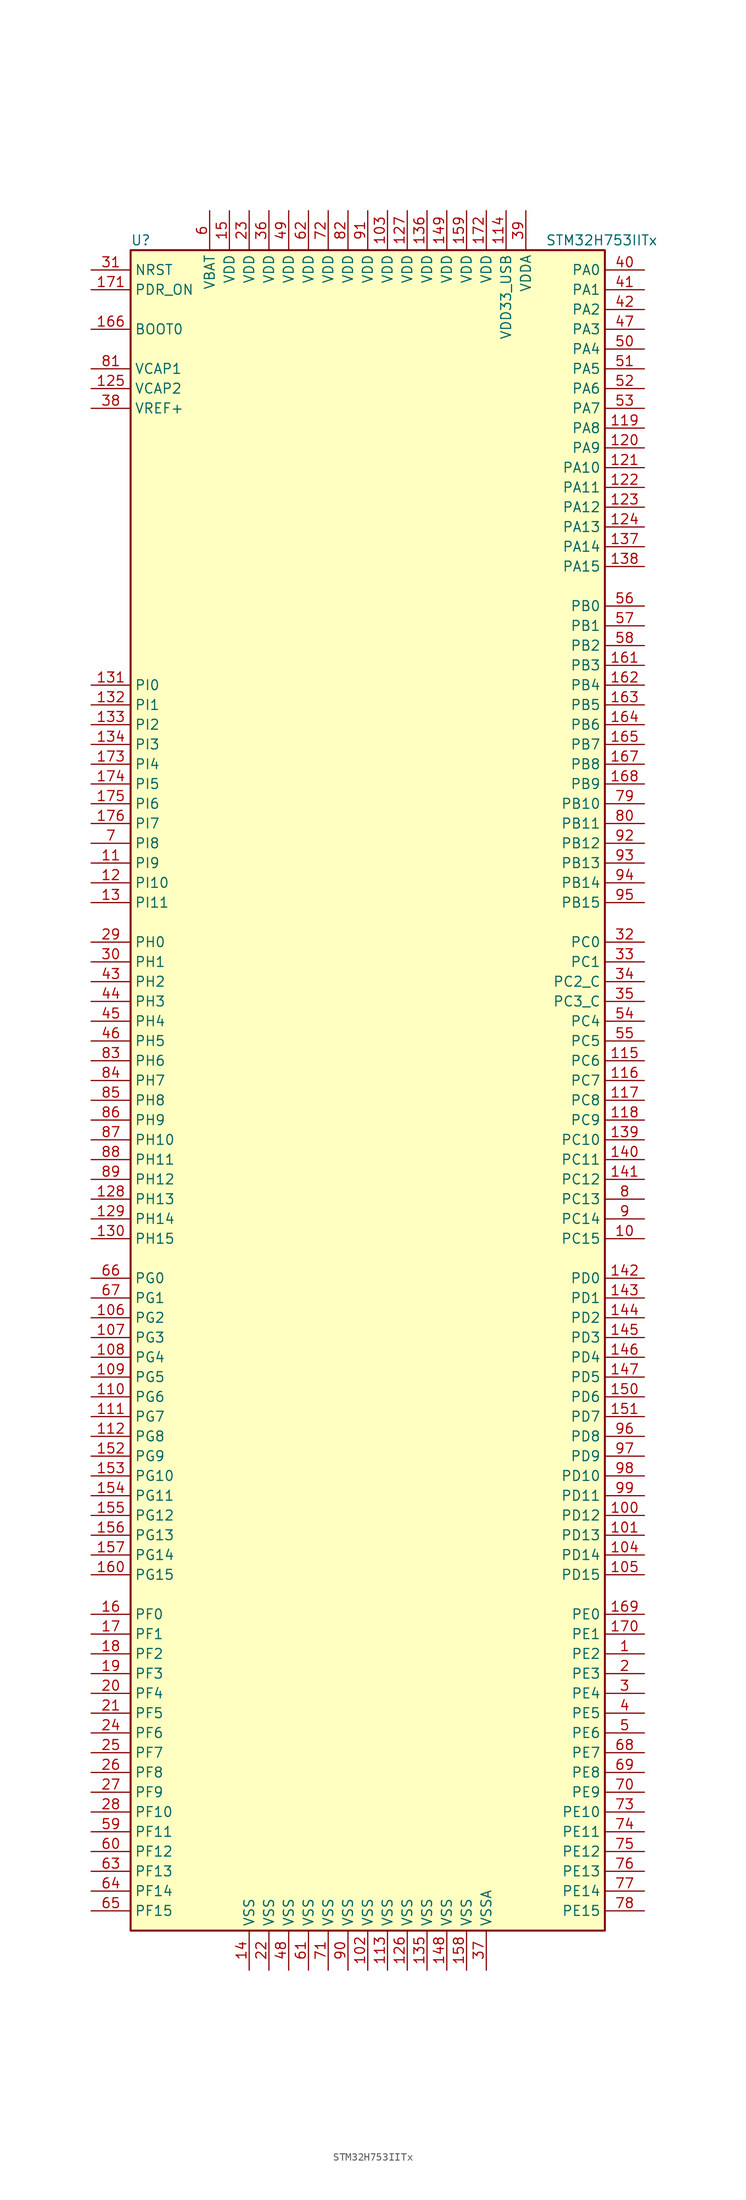
<source format=kicad_sym>
(kicad_symbol_lib
  (version 20201005)
  (generator kicad_symbol_editor)
  (symbol "STM32H753IITx"
    (property "Reference" "U"
      (at -30.48 107.95 0)
      (effects (font (size 1.27 1.27)) (justify left)))
    (property "Value" "STM32H753IITx"
      (at 22.86 107.95 0)
      (effects (font (size 1.27 1.27)) (justify left)))
    (symbol "STM32H753IITx_0_1"
      (rectangle (start -30.48 -109.22) (end 30.48 106.68) (stroke (width 0.254)) (fill (type background))))
    (symbol "STM32H753IITx_1_1"
      (pin bidirectional line (at 35.56 -73.66 180) (length 5.08) (name "PE2" (effects (font (size 1.27 1.27)))) (number "1" (effects (font (size 1.27 1.27)))))
      (pin bidirectional line (at 35.56 -20.32 180) (length 5.08) (name "PC15" (effects (font (size 1.27 1.27)))) (number "10" (effects (font (size 1.27 1.27)))))
      (pin bidirectional line (at 35.56 -55.88 180) (length 5.08) (name "PD12" (effects (font (size 1.27 1.27)))) (number "100" (effects (font (size 1.27 1.27)))))
      (pin bidirectional line (at 35.56 -58.42 180) (length 5.08) (name "PD13" (effects (font (size 1.27 1.27)))) (number "101" (effects (font (size 1.27 1.27)))))
      (pin power_in line (at 0 -114.3 90) (length 5.08) (name "VSS" (effects (font (size 1.27 1.27)))) (number "102" (effects (font (size 1.27 1.27)))))
      (pin power_in line (at 2.54 111.76 270) (length 5.08) (name "VDD" (effects (font (size 1.27 1.27)))) (number "103" (effects (font (size 1.27 1.27)))))
      (pin bidirectional line (at 35.56 -60.96 180) (length 5.08) (name "PD14" (effects (font (size 1.27 1.27)))) (number "104" (effects (font (size 1.27 1.27)))))
      (pin bidirectional line (at 35.56 -63.5 180) (length 5.08) (name "PD15" (effects (font (size 1.27 1.27)))) (number "105" (effects (font (size 1.27 1.27)))))
      (pin bidirectional line (at -35.56 -30.48 0) (length 5.08) (name "PG2" (effects (font (size 1.27 1.27)))) (number "106" (effects (font (size 1.27 1.27)))))
      (pin bidirectional line (at -35.56 -33.02 0) (length 5.08) (name "PG3" (effects (font (size 1.27 1.27)))) (number "107" (effects (font (size 1.27 1.27)))))
      (pin bidirectional line (at -35.56 -35.56 0) (length 5.08) (name "PG4" (effects (font (size 1.27 1.27)))) (number "108" (effects (font (size 1.27 1.27)))))
      (pin bidirectional line (at -35.56 -38.1 0) (length 5.08) (name "PG5" (effects (font (size 1.27 1.27)))) (number "109" (effects (font (size 1.27 1.27)))))
      (pin bidirectional line (at -35.56 27.94 0) (length 5.08) (name "PI9" (effects (font (size 1.27 1.27)))) (number "11" (effects (font (size 1.27 1.27)))))
      (pin bidirectional line (at -35.56 -40.64 0) (length 5.08) (name "PG6" (effects (font (size 1.27 1.27)))) (number "110" (effects (font (size 1.27 1.27)))))
      (pin bidirectional line (at -35.56 -43.18 0) (length 5.08) (name "PG7" (effects (font (size 1.27 1.27)))) (number "111" (effects (font (size 1.27 1.27)))))
      (pin bidirectional line (at -35.56 -45.72 0) (length 5.08) (name "PG8" (effects (font (size 1.27 1.27)))) (number "112" (effects (font (size 1.27 1.27)))))
      (pin power_in line (at 2.54 -114.3 90) (length 5.08) (name "VSS" (effects (font (size 1.27 1.27)))) (number "113" (effects (font (size 1.27 1.27)))))
      (pin power_in line (at 17.78 111.76 270) (length 5.08) (name "VDD33_USB" (effects (font (size 1.27 1.27)))) (number "114" (effects (font (size 1.27 1.27)))))
      (pin bidirectional line (at 35.56 2.54 180) (length 5.08) (name "PC6" (effects (font (size 1.27 1.27)))) (number "115" (effects (font (size 1.27 1.27)))))
      (pin bidirectional line (at 35.56 0 180) (length 5.08) (name "PC7" (effects (font (size 1.27 1.27)))) (number "116" (effects (font (size 1.27 1.27)))))
      (pin bidirectional line (at 35.56 -2.54 180) (length 5.08) (name "PC8" (effects (font (size 1.27 1.27)))) (number "117" (effects (font (size 1.27 1.27)))))
      (pin bidirectional line (at 35.56 -5.08 180) (length 5.08) (name "PC9" (effects (font (size 1.27 1.27)))) (number "118" (effects (font (size 1.27 1.27)))))
      (pin bidirectional line (at 35.56 83.82 180) (length 5.08) (name "PA8" (effects (font (size 1.27 1.27)))) (number "119" (effects (font (size 1.27 1.27)))))
      (pin bidirectional line (at -35.56 25.4 0) (length 5.08) (name "PI10" (effects (font (size 1.27 1.27)))) (number "12" (effects (font (size 1.27 1.27)))))
      (pin bidirectional line (at 35.56 81.28 180) (length 5.08) (name "PA9" (effects (font (size 1.27 1.27)))) (number "120" (effects (font (size 1.27 1.27)))))
      (pin bidirectional line (at 35.56 78.74 180) (length 5.08) (name "PA10" (effects (font (size 1.27 1.27)))) (number "121" (effects (font (size 1.27 1.27)))))
      (pin bidirectional line (at 35.56 76.2 180) (length 5.08) (name "PA11" (effects (font (size 1.27 1.27)))) (number "122" (effects (font (size 1.27 1.27)))))
      (pin bidirectional line (at 35.56 73.66 180) (length 5.08) (name "PA12" (effects (font (size 1.27 1.27)))) (number "123" (effects (font (size 1.27 1.27)))))
      (pin bidirectional line (at 35.56 71.12 180) (length 5.08) (name "PA13" (effects (font (size 1.27 1.27)))) (number "124" (effects (font (size 1.27 1.27)))))
      (pin power_in line (at -35.56 88.9 0) (length 5.08) (name "VCAP2" (effects (font (size 1.27 1.27)))) (number "125" (effects (font (size 1.27 1.27)))))
      (pin power_in line (at 5.08 -114.3 90) (length 5.08) (name "VSS" (effects (font (size 1.27 1.27)))) (number "126" (effects (font (size 1.27 1.27)))))
      (pin power_in line (at 5.08 111.76 270) (length 5.08) (name "VDD" (effects (font (size 1.27 1.27)))) (number "127" (effects (font (size 1.27 1.27)))))
      (pin bidirectional line (at -35.56 -15.24 0) (length 5.08) (name "PH13" (effects (font (size 1.27 1.27)))) (number "128" (effects (font (size 1.27 1.27)))))
      (pin bidirectional line (at -35.56 -17.78 0) (length 5.08) (name "PH14" (effects (font (size 1.27 1.27)))) (number "129" (effects (font (size 1.27 1.27)))))
      (pin bidirectional line (at -35.56 22.86 0) (length 5.08) (name "PI11" (effects (font (size 1.27 1.27)))) (number "13" (effects (font (size 1.27 1.27)))))
      (pin bidirectional line (at -35.56 -20.32 0) (length 5.08) (name "PH15" (effects (font (size 1.27 1.27)))) (number "130" (effects (font (size 1.27 1.27)))))
      (pin bidirectional line (at -35.56 50.8 0) (length 5.08) (name "PI0" (effects (font (size 1.27 1.27)))) (number "131" (effects (font (size 1.27 1.27)))))
      (pin bidirectional line (at -35.56 48.26 0) (length 5.08) (name "PI1" (effects (font (size 1.27 1.27)))) (number "132" (effects (font (size 1.27 1.27)))))
      (pin bidirectional line (at -35.56 45.72 0) (length 5.08) (name "PI2" (effects (font (size 1.27 1.27)))) (number "133" (effects (font (size 1.27 1.27)))))
      (pin bidirectional line (at -35.56 43.18 0) (length 5.08) (name "PI3" (effects (font (size 1.27 1.27)))) (number "134" (effects (font (size 1.27 1.27)))))
      (pin power_in line (at 7.62 -114.3 90) (length 5.08) (name "VSS" (effects (font (size 1.27 1.27)))) (number "135" (effects (font (size 1.27 1.27)))))
      (pin power_in line (at 7.62 111.76 270) (length 5.08) (name "VDD" (effects (font (size 1.27 1.27)))) (number "136" (effects (font (size 1.27 1.27)))))
      (pin bidirectional line (at 35.56 68.58 180) (length 5.08) (name "PA14" (effects (font (size 1.27 1.27)))) (number "137" (effects (font (size 1.27 1.27)))))
      (pin bidirectional line (at 35.56 66.04 180) (length 5.08) (name "PA15" (effects (font (size 1.27 1.27)))) (number "138" (effects (font (size 1.27 1.27)))))
      (pin bidirectional line (at 35.56 -7.62 180) (length 5.08) (name "PC10" (effects (font (size 1.27 1.27)))) (number "139" (effects (font (size 1.27 1.27)))))
      (pin power_in line (at -15.24 -114.3 90) (length 5.08) (name "VSS" (effects (font (size 1.27 1.27)))) (number "14" (effects (font (size 1.27 1.27)))))
      (pin bidirectional line (at 35.56 -10.16 180) (length 5.08) (name "PC11" (effects (font (size 1.27 1.27)))) (number "140" (effects (font (size 1.27 1.27)))))
      (pin bidirectional line (at 35.56 -12.7 180) (length 5.08) (name "PC12" (effects (font (size 1.27 1.27)))) (number "141" (effects (font (size 1.27 1.27)))))
      (pin bidirectional line (at 35.56 -25.4 180) (length 5.08) (name "PD0" (effects (font (size 1.27 1.27)))) (number "142" (effects (font (size 1.27 1.27)))))
      (pin bidirectional line (at 35.56 -27.94 180) (length 5.08) (name "PD1" (effects (font (size 1.27 1.27)))) (number "143" (effects (font (size 1.27 1.27)))))
      (pin bidirectional line (at 35.56 -30.48 180) (length 5.08) (name "PD2" (effects (font (size 1.27 1.27)))) (number "144" (effects (font (size 1.27 1.27)))))
      (pin bidirectional line (at 35.56 -33.02 180) (length 5.08) (name "PD3" (effects (font (size 1.27 1.27)))) (number "145" (effects (font (size 1.27 1.27)))))
      (pin bidirectional line (at 35.56 -35.56 180) (length 5.08) (name "PD4" (effects (font (size 1.27 1.27)))) (number "146" (effects (font (size 1.27 1.27)))))
      (pin bidirectional line (at 35.56 -38.1 180) (length 5.08) (name "PD5" (effects (font (size 1.27 1.27)))) (number "147" (effects (font (size 1.27 1.27)))))
      (pin power_in line (at 10.16 -114.3 90) (length 5.08) (name "VSS" (effects (font (size 1.27 1.27)))) (number "148" (effects (font (size 1.27 1.27)))))
      (pin power_in line (at 10.16 111.76 270) (length 5.08) (name "VDD" (effects (font (size 1.27 1.27)))) (number "149" (effects (font (size 1.27 1.27)))))
      (pin power_in line (at -17.78 111.76 270) (length 5.08) (name "VDD" (effects (font (size 1.27 1.27)))) (number "15" (effects (font (size 1.27 1.27)))))
      (pin bidirectional line (at 35.56 -40.64 180) (length 5.08) (name "PD6" (effects (font (size 1.27 1.27)))) (number "150" (effects (font (size 1.27 1.27)))))
      (pin bidirectional line (at 35.56 -43.18 180) (length 5.08) (name "PD7" (effects (font (size 1.27 1.27)))) (number "151" (effects (font (size 1.27 1.27)))))
      (pin bidirectional line (at -35.56 -48.26 0) (length 5.08) (name "PG9" (effects (font (size 1.27 1.27)))) (number "152" (effects (font (size 1.27 1.27)))))
      (pin bidirectional line (at -35.56 -50.8 0) (length 5.08) (name "PG10" (effects (font (size 1.27 1.27)))) (number "153" (effects (font (size 1.27 1.27)))))
      (pin bidirectional line (at -35.56 -53.34 0) (length 5.08) (name "PG11" (effects (font (size 1.27 1.27)))) (number "154" (effects (font (size 1.27 1.27)))))
      (pin bidirectional line (at -35.56 -55.88 0) (length 5.08) (name "PG12" (effects (font (size 1.27 1.27)))) (number "155" (effects (font (size 1.27 1.27)))))
      (pin bidirectional line (at -35.56 -58.42 0) (length 5.08) (name "PG13" (effects (font (size 1.27 1.27)))) (number "156" (effects (font (size 1.27 1.27)))))
      (pin bidirectional line (at -35.56 -60.96 0) (length 5.08) (name "PG14" (effects (font (size 1.27 1.27)))) (number "157" (effects (font (size 1.27 1.27)))))
      (pin power_in line (at 12.7 -114.3 90) (length 5.08) (name "VSS" (effects (font (size 1.27 1.27)))) (number "158" (effects (font (size 1.27 1.27)))))
      (pin power_in line (at 12.7 111.76 270) (length 5.08) (name "VDD" (effects (font (size 1.27 1.27)))) (number "159" (effects (font (size 1.27 1.27)))))
      (pin bidirectional line (at -35.56 -68.58 0) (length 5.08) (name "PF0" (effects (font (size 1.27 1.27)))) (number "16" (effects (font (size 1.27 1.27)))))
      (pin bidirectional line (at -35.56 -63.5 0) (length 5.08) (name "PG15" (effects (font (size 1.27 1.27)))) (number "160" (effects (font (size 1.27 1.27)))))
      (pin bidirectional line (at 35.56 53.34 180) (length 5.08) (name "PB3" (effects (font (size 1.27 1.27)))) (number "161" (effects (font (size 1.27 1.27)))))
      (pin bidirectional line (at 35.56 50.8 180) (length 5.08) (name "PB4" (effects (font (size 1.27 1.27)))) (number "162" (effects (font (size 1.27 1.27)))))
      (pin bidirectional line (at 35.56 48.26 180) (length 5.08) (name "PB5" (effects (font (size 1.27 1.27)))) (number "163" (effects (font (size 1.27 1.27)))))
      (pin bidirectional line (at 35.56 45.72 180) (length 5.08) (name "PB6" (effects (font (size 1.27 1.27)))) (number "164" (effects (font (size 1.27 1.27)))))
      (pin bidirectional line (at 35.56 43.18 180) (length 5.08) (name "PB7" (effects (font (size 1.27 1.27)))) (number "165" (effects (font (size 1.27 1.27)))))
      (pin input line (at -35.56 96.52 0) (length 5.08) (name "BOOT0" (effects (font (size 1.27 1.27)))) (number "166" (effects (font (size 1.27 1.27)))))
      (pin bidirectional line (at 35.56 40.64 180) (length 5.08) (name "PB8" (effects (font (size 1.27 1.27)))) (number "167" (effects (font (size 1.27 1.27)))))
      (pin bidirectional line (at 35.56 38.1 180) (length 5.08) (name "PB9" (effects (font (size 1.27 1.27)))) (number "168" (effects (font (size 1.27 1.27)))))
      (pin bidirectional line (at 35.56 -68.58 180) (length 5.08) (name "PE0" (effects (font (size 1.27 1.27)))) (number "169" (effects (font (size 1.27 1.27)))))
      (pin bidirectional line (at -35.56 -71.12 0) (length 5.08) (name "PF1" (effects (font (size 1.27 1.27)))) (number "17" (effects (font (size 1.27 1.27)))))
      (pin bidirectional line (at 35.56 -71.12 180) (length 5.08) (name "PE1" (effects (font (size 1.27 1.27)))) (number "170" (effects (font (size 1.27 1.27)))))
      (pin input line (at -35.56 101.6 0) (length 5.08) (name "PDR_ON" (effects (font (size 1.27 1.27)))) (number "171" (effects (font (size 1.27 1.27)))))
      (pin power_in line (at 15.24 111.76 270) (length 5.08) (name "VDD" (effects (font (size 1.27 1.27)))) (number "172" (effects (font (size 1.27 1.27)))))
      (pin bidirectional line (at -35.56 40.64 0) (length 5.08) (name "PI4" (effects (font (size 1.27 1.27)))) (number "173" (effects (font (size 1.27 1.27)))))
      (pin bidirectional line (at -35.56 38.1 0) (length 5.08) (name "PI5" (effects (font (size 1.27 1.27)))) (number "174" (effects (font (size 1.27 1.27)))))
      (pin bidirectional line (at -35.56 35.56 0) (length 5.08) (name "PI6" (effects (font (size 1.27 1.27)))) (number "175" (effects (font (size 1.27 1.27)))))
      (pin bidirectional line (at -35.56 33.02 0) (length 5.08) (name "PI7" (effects (font (size 1.27 1.27)))) (number "176" (effects (font (size 1.27 1.27)))))
      (pin bidirectional line (at -35.56 -73.66 0) (length 5.08) (name "PF2" (effects (font (size 1.27 1.27)))) (number "18" (effects (font (size 1.27 1.27)))))
      (pin bidirectional line (at -35.56 -76.2 0) (length 5.08) (name "PF3" (effects (font (size 1.27 1.27)))) (number "19" (effects (font (size 1.27 1.27)))))
      (pin bidirectional line (at 35.56 -76.2 180) (length 5.08) (name "PE3" (effects (font (size 1.27 1.27)))) (number "2" (effects (font (size 1.27 1.27)))))
      (pin bidirectional line (at -35.56 -78.74 0) (length 5.08) (name "PF4" (effects (font (size 1.27 1.27)))) (number "20" (effects (font (size 1.27 1.27)))))
      (pin bidirectional line (at -35.56 -81.28 0) (length 5.08) (name "PF5" (effects (font (size 1.27 1.27)))) (number "21" (effects (font (size 1.27 1.27)))))
      (pin power_in line (at -12.7 -114.3 90) (length 5.08) (name "VSS" (effects (font (size 1.27 1.27)))) (number "22" (effects (font (size 1.27 1.27)))))
      (pin power_in line (at -15.24 111.76 270) (length 5.08) (name "VDD" (effects (font (size 1.27 1.27)))) (number "23" (effects (font (size 1.27 1.27)))))
      (pin bidirectional line (at -35.56 -83.82 0) (length 5.08) (name "PF6" (effects (font (size 1.27 1.27)))) (number "24" (effects (font (size 1.27 1.27)))))
      (pin bidirectional line (at -35.56 -86.36 0) (length 5.08) (name "PF7" (effects (font (size 1.27 1.27)))) (number "25" (effects (font (size 1.27 1.27)))))
      (pin bidirectional line (at -35.56 -88.9 0) (length 5.08) (name "PF8" (effects (font (size 1.27 1.27)))) (number "26" (effects (font (size 1.27 1.27)))))
      (pin bidirectional line (at -35.56 -91.44 0) (length 5.08) (name "PF9" (effects (font (size 1.27 1.27)))) (number "27" (effects (font (size 1.27 1.27)))))
      (pin bidirectional line (at -35.56 -93.98 0) (length 5.08) (name "PF10" (effects (font (size 1.27 1.27)))) (number "28" (effects (font (size 1.27 1.27)))))
      (pin input line (at -35.56 17.78 0) (length 5.08) (name "PH0" (effects (font (size 1.27 1.27)))) (number "29" (effects (font (size 1.27 1.27)))))
      (pin bidirectional line (at 35.56 -78.74 180) (length 5.08) (name "PE4" (effects (font (size 1.27 1.27)))) (number "3" (effects (font (size 1.27 1.27)))))
      (pin input line (at -35.56 15.24 0) (length 5.08) (name "PH1" (effects (font (size 1.27 1.27)))) (number "30" (effects (font (size 1.27 1.27)))))
      (pin input line (at -35.56 104.14 0) (length 5.08) (name "NRST" (effects (font (size 1.27 1.27)))) (number "31" (effects (font (size 1.27 1.27)))))
      (pin bidirectional line (at 35.56 17.78 180) (length 5.08) (name "PC0" (effects (font (size 1.27 1.27)))) (number "32" (effects (font (size 1.27 1.27)))))
      (pin bidirectional line (at 35.56 15.24 180) (length 5.08) (name "PC1" (effects (font (size 1.27 1.27)))) (number "33" (effects (font (size 1.27 1.27)))))
      (pin bidirectional line (at 35.56 12.7 180) (length 5.08) (name "PC2_C" (effects (font (size 1.27 1.27)))) (number "34" (effects (font (size 1.27 1.27)))))
      (pin bidirectional line (at 35.56 10.16 180) (length 5.08) (name "PC3_C" (effects (font (size 1.27 1.27)))) (number "35" (effects (font (size 1.27 1.27)))))
      (pin power_in line (at -12.7 111.76 270) (length 5.08) (name "VDD" (effects (font (size 1.27 1.27)))) (number "36" (effects (font (size 1.27 1.27)))))
      (pin power_in line (at 15.24 -114.3 90) (length 5.08) (name "VSSA" (effects (font (size 1.27 1.27)))) (number "37" (effects (font (size 1.27 1.27)))))
      (pin bidirectional line (at -35.56 86.36 0) (length 5.08) (name "VREF+" (effects (font (size 1.27 1.27)))) (number "38" (effects (font (size 1.27 1.27)))))
      (pin power_in line (at 20.32 111.76 270) (length 5.08) (name "VDDA" (effects (font (size 1.27 1.27)))) (number "39" (effects (font (size 1.27 1.27)))))
      (pin bidirectional line (at 35.56 -81.28 180) (length 5.08) (name "PE5" (effects (font (size 1.27 1.27)))) (number "4" (effects (font (size 1.27 1.27)))))
      (pin bidirectional line (at 35.56 104.14 180) (length 5.08) (name "PA0" (effects (font (size 1.27 1.27)))) (number "40" (effects (font (size 1.27 1.27)))))
      (pin bidirectional line (at 35.56 101.6 180) (length 5.08) (name "PA1" (effects (font (size 1.27 1.27)))) (number "41" (effects (font (size 1.27 1.27)))))
      (pin bidirectional line (at 35.56 99.06 180) (length 5.08) (name "PA2" (effects (font (size 1.27 1.27)))) (number "42" (effects (font (size 1.27 1.27)))))
      (pin bidirectional line (at -35.56 12.7 0) (length 5.08) (name "PH2" (effects (font (size 1.27 1.27)))) (number "43" (effects (font (size 1.27 1.27)))))
      (pin bidirectional line (at -35.56 10.16 0) (length 5.08) (name "PH3" (effects (font (size 1.27 1.27)))) (number "44" (effects (font (size 1.27 1.27)))))
      (pin bidirectional line (at -35.56 7.62 0) (length 5.08) (name "PH4" (effects (font (size 1.27 1.27)))) (number "45" (effects (font (size 1.27 1.27)))))
      (pin bidirectional line (at -35.56 5.08 0) (length 5.08) (name "PH5" (effects (font (size 1.27 1.27)))) (number "46" (effects (font (size 1.27 1.27)))))
      (pin bidirectional line (at 35.56 96.52 180) (length 5.08) (name "PA3" (effects (font (size 1.27 1.27)))) (number "47" (effects (font (size 1.27 1.27)))))
      (pin power_in line (at -10.16 -114.3 90) (length 5.08) (name "VSS" (effects (font (size 1.27 1.27)))) (number "48" (effects (font (size 1.27 1.27)))))
      (pin power_in line (at -10.16 111.76 270) (length 5.08) (name "VDD" (effects (font (size 1.27 1.27)))) (number "49" (effects (font (size 1.27 1.27)))))
      (pin bidirectional line (at 35.56 -83.82 180) (length 5.08) (name "PE6" (effects (font (size 1.27 1.27)))) (number "5" (effects (font (size 1.27 1.27)))))
      (pin bidirectional line (at 35.56 93.98 180) (length 5.08) (name "PA4" (effects (font (size 1.27 1.27)))) (number "50" (effects (font (size 1.27 1.27)))))
      (pin bidirectional line (at 35.56 91.44 180) (length 5.08) (name "PA5" (effects (font (size 1.27 1.27)))) (number "51" (effects (font (size 1.27 1.27)))))
      (pin bidirectional line (at 35.56 88.9 180) (length 5.08) (name "PA6" (effects (font (size 1.27 1.27)))) (number "52" (effects (font (size 1.27 1.27)))))
      (pin bidirectional line (at 35.56 86.36 180) (length 5.08) (name "PA7" (effects (font (size 1.27 1.27)))) (number "53" (effects (font (size 1.27 1.27)))))
      (pin bidirectional line (at 35.56 7.62 180) (length 5.08) (name "PC4" (effects (font (size 1.27 1.27)))) (number "54" (effects (font (size 1.27 1.27)))))
      (pin bidirectional line (at 35.56 5.08 180) (length 5.08) (name "PC5" (effects (font (size 1.27 1.27)))) (number "55" (effects (font (size 1.27 1.27)))))
      (pin bidirectional line (at 35.56 60.96 180) (length 5.08) (name "PB0" (effects (font (size 1.27 1.27)))) (number "56" (effects (font (size 1.27 1.27)))))
      (pin bidirectional line (at 35.56 58.42 180) (length 5.08) (name "PB1" (effects (font (size 1.27 1.27)))) (number "57" (effects (font (size 1.27 1.27)))))
      (pin bidirectional line (at 35.56 55.88 180) (length 5.08) (name "PB2" (effects (font (size 1.27 1.27)))) (number "58" (effects (font (size 1.27 1.27)))))
      (pin bidirectional line (at -35.56 -96.52 0) (length 5.08) (name "PF11" (effects (font (size 1.27 1.27)))) (number "59" (effects (font (size 1.27 1.27)))))
      (pin power_in line (at -20.32 111.76 270) (length 5.08) (name "VBAT" (effects (font (size 1.27 1.27)))) (number "6" (effects (font (size 1.27 1.27)))))
      (pin bidirectional line (at -35.56 -99.06 0) (length 5.08) (name "PF12" (effects (font (size 1.27 1.27)))) (number "60" (effects (font (size 1.27 1.27)))))
      (pin power_in line (at -7.62 -114.3 90) (length 5.08) (name "VSS" (effects (font (size 1.27 1.27)))) (number "61" (effects (font (size 1.27 1.27)))))
      (pin power_in line (at -7.62 111.76 270) (length 5.08) (name "VDD" (effects (font (size 1.27 1.27)))) (number "62" (effects (font (size 1.27 1.27)))))
      (pin bidirectional line (at -35.56 -101.6 0) (length 5.08) (name "PF13" (effects (font (size 1.27 1.27)))) (number "63" (effects (font (size 1.27 1.27)))))
      (pin bidirectional line (at -35.56 -104.14 0) (length 5.08) (name "PF14" (effects (font (size 1.27 1.27)))) (number "64" (effects (font (size 1.27 1.27)))))
      (pin bidirectional line (at -35.56 -106.68 0) (length 5.08) (name "PF15" (effects (font (size 1.27 1.27)))) (number "65" (effects (font (size 1.27 1.27)))))
      (pin bidirectional line (at -35.56 -25.4 0) (length 5.08) (name "PG0" (effects (font (size 1.27 1.27)))) (number "66" (effects (font (size 1.27 1.27)))))
      (pin bidirectional line (at -35.56 -27.94 0) (length 5.08) (name "PG1" (effects (font (size 1.27 1.27)))) (number "67" (effects (font (size 1.27 1.27)))))
      (pin bidirectional line (at 35.56 -86.36 180) (length 5.08) (name "PE7" (effects (font (size 1.27 1.27)))) (number "68" (effects (font (size 1.27 1.27)))))
      (pin bidirectional line (at 35.56 -88.9 180) (length 5.08) (name "PE8" (effects (font (size 1.27 1.27)))) (number "69" (effects (font (size 1.27 1.27)))))
      (pin bidirectional line (at -35.56 30.48 0) (length 5.08) (name "PI8" (effects (font (size 1.27 1.27)))) (number "7" (effects (font (size 1.27 1.27)))))
      (pin bidirectional line (at 35.56 -91.44 180) (length 5.08) (name "PE9" (effects (font (size 1.27 1.27)))) (number "70" (effects (font (size 1.27 1.27)))))
      (pin power_in line (at -5.08 -114.3 90) (length 5.08) (name "VSS" (effects (font (size 1.27 1.27)))) (number "71" (effects (font (size 1.27 1.27)))))
      (pin power_in line (at -5.08 111.76 270) (length 5.08) (name "VDD" (effects (font (size 1.27 1.27)))) (number "72" (effects (font (size 1.27 1.27)))))
      (pin bidirectional line (at 35.56 -93.98 180) (length 5.08) (name "PE10" (effects (font (size 1.27 1.27)))) (number "73" (effects (font (size 1.27 1.27)))))
      (pin bidirectional line (at 35.56 -96.52 180) (length 5.08) (name "PE11" (effects (font (size 1.27 1.27)))) (number "74" (effects (font (size 1.27 1.27)))))
      (pin bidirectional line (at 35.56 -99.06 180) (length 5.08) (name "PE12" (effects (font (size 1.27 1.27)))) (number "75" (effects (font (size 1.27 1.27)))))
      (pin bidirectional line (at 35.56 -101.6 180) (length 5.08) (name "PE13" (effects (font (size 1.27 1.27)))) (number "76" (effects (font (size 1.27 1.27)))))
      (pin bidirectional line (at 35.56 -104.14 180) (length 5.08) (name "PE14" (effects (font (size 1.27 1.27)))) (number "77" (effects (font (size 1.27 1.27)))))
      (pin bidirectional line (at 35.56 -106.68 180) (length 5.08) (name "PE15" (effects (font (size 1.27 1.27)))) (number "78" (effects (font (size 1.27 1.27)))))
      (pin bidirectional line (at 35.56 35.56 180) (length 5.08) (name "PB10" (effects (font (size 1.27 1.27)))) (number "79" (effects (font (size 1.27 1.27)))))
      (pin bidirectional line (at 35.56 -15.24 180) (length 5.08) (name "PC13" (effects (font (size 1.27 1.27)))) (number "8" (effects (font (size 1.27 1.27)))))
      (pin bidirectional line (at 35.56 33.02 180) (length 5.08) (name "PB11" (effects (font (size 1.27 1.27)))) (number "80" (effects (font (size 1.27 1.27)))))
      (pin power_in line (at -35.56 91.44 0) (length 5.08) (name "VCAP1" (effects (font (size 1.27 1.27)))) (number "81" (effects (font (size 1.27 1.27)))))
      (pin power_in line (at -2.54 111.76 270) (length 5.08) (name "VDD" (effects (font (size 1.27 1.27)))) (number "82" (effects (font (size 1.27 1.27)))))
      (pin bidirectional line (at -35.56 2.54 0) (length 5.08) (name "PH6" (effects (font (size 1.27 1.27)))) (number "83" (effects (font (size 1.27 1.27)))))
      (pin bidirectional line (at -35.56 0 0) (length 5.08) (name "PH7" (effects (font (size 1.27 1.27)))) (number "84" (effects (font (size 1.27 1.27)))))
      (pin bidirectional line (at -35.56 -2.54 0) (length 5.08) (name "PH8" (effects (font (size 1.27 1.27)))) (number "85" (effects (font (size 1.27 1.27)))))
      (pin bidirectional line (at -35.56 -5.08 0) (length 5.08) (name "PH9" (effects (font (size 1.27 1.27)))) (number "86" (effects (font (size 1.27 1.27)))))
      (pin bidirectional line (at -35.56 -7.62 0) (length 5.08) (name "PH10" (effects (font (size 1.27 1.27)))) (number "87" (effects (font (size 1.27 1.27)))))
      (pin bidirectional line (at -35.56 -10.16 0) (length 5.08) (name "PH11" (effects (font (size 1.27 1.27)))) (number "88" (effects (font (size 1.27 1.27)))))
      (pin bidirectional line (at -35.56 -12.7 0) (length 5.08) (name "PH12" (effects (font (size 1.27 1.27)))) (number "89" (effects (font (size 1.27 1.27)))))
      (pin bidirectional line (at 35.56 -17.78 180) (length 5.08) (name "PC14" (effects (font (size 1.27 1.27)))) (number "9" (effects (font (size 1.27 1.27)))))
      (pin power_in line (at -2.54 -114.3 90) (length 5.08) (name "VSS" (effects (font (size 1.27 1.27)))) (number "90" (effects (font (size 1.27 1.27)))))
      (pin power_in line (at 0 111.76 270) (length 5.08) (name "VDD" (effects (font (size 1.27 1.27)))) (number "91" (effects (font (size 1.27 1.27)))))
      (pin bidirectional line (at 35.56 30.48 180) (length 5.08) (name "PB12" (effects (font (size 1.27 1.27)))) (number "92" (effects (font (size 1.27 1.27)))))
      (pin bidirectional line (at 35.56 27.94 180) (length 5.08) (name "PB13" (effects (font (size 1.27 1.27)))) (number "93" (effects (font (size 1.27 1.27)))))
      (pin bidirectional line (at 35.56 25.4 180) (length 5.08) (name "PB14" (effects (font (size 1.27 1.27)))) (number "94" (effects (font (size 1.27 1.27)))))
      (pin bidirectional line (at 35.56 22.86 180) (length 5.08) (name "PB15" (effects (font (size 1.27 1.27)))) (number "95" (effects (font (size 1.27 1.27)))))
      (pin bidirectional line (at 35.56 -45.72 180) (length 5.08) (name "PD8" (effects (font (size 1.27 1.27)))) (number "96" (effects (font (size 1.27 1.27)))))
      (pin bidirectional line (at 35.56 -48.26 180) (length 5.08) (name "PD9" (effects (font (size 1.27 1.27)))) (number "97" (effects (font (size 1.27 1.27)))))
      (pin bidirectional line (at 35.56 -50.8 180) (length 5.08) (name "PD10" (effects (font (size 1.27 1.27)))) (number "98" (effects (font (size 1.27 1.27)))))
      (pin bidirectional line (at 35.56 -53.34 180) (length 5.08) (name "PD11" (effects (font (size 1.27 1.27)))) (number "99" (effects (font (size 1.27 1.27))))))))
</source>
